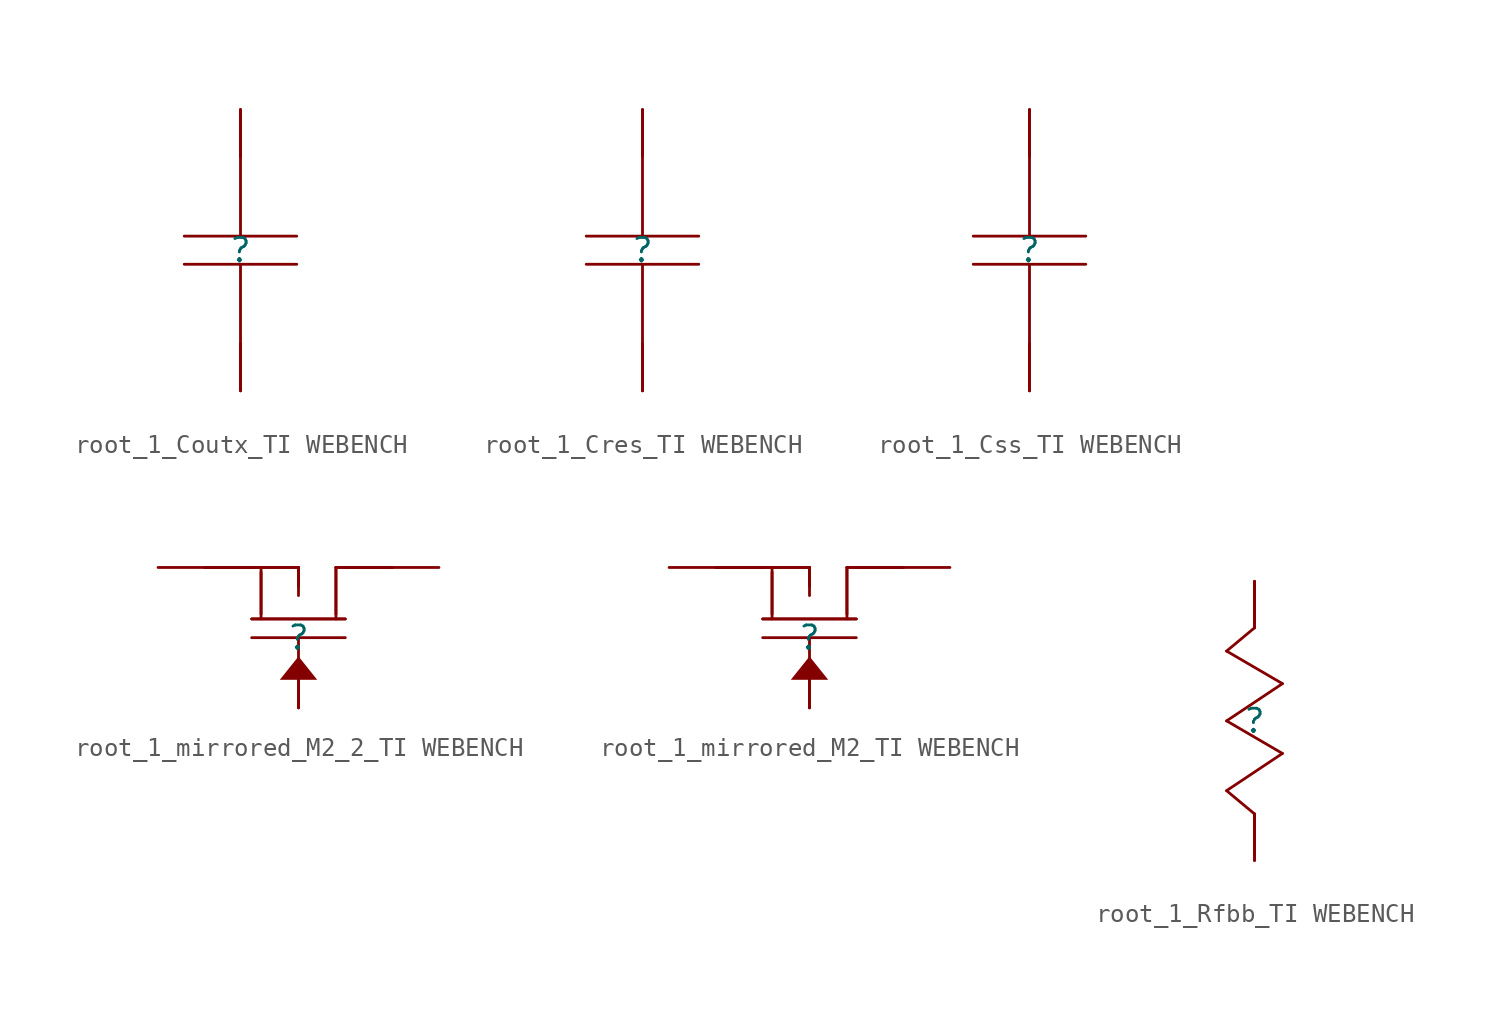
<source format=kicad_sym>
(kicad_symbol_lib
  (version 20241209)
  (generator "kicad_symbol_editor")
  (generator_version "9.0")
  (symbol "root_1_Coutx_TI WEBENCH"
    (pin_numbers
      (hide yes))
    (pin_names
      (hide yes))
    (property "Reference" ""
      (at 0 0 0)
      (effects (font (size 1.27 1.27))))
    (property "Value" ""
      (at 0 0 0)
      (effects (font (size 1.27 1.27))))
    (symbol "root_1_Coutx_TI WEBENCH_1_0"
      (polyline (pts (xy 0 7.62) (xy 0 5.08)) (stroke (width 0) (type solid)) (fill (type none)))
      (polyline (pts (xy 0 0.762) (xy 0 5.08)) (stroke (width 0) (type solid)) (fill (type none)))
      (polyline (pts (xy 0 -5.08) (xy 0 -0.762)) (stroke (width 0) (type solid)) (fill (type none)))
      (polyline (pts (xy 0 -7.62) (xy 0 -5.08)) (stroke (width 0) (type solid)) (fill (type none)))
      (polyline (pts (xy 3.048 0.762) (xy -3.048 0.762)) (stroke (width 0) (type solid)) (fill (type none)))
      (polyline (pts (xy 3.048 -0.762) (xy -3.048 -0.762)) (stroke (width 0) (type solid)) (fill (type none)))
      (pin passive line (at 0 7.62 270) (length 2.54) (name "1" (effects (font (size 1.27 1.27)))) (number "1" (effects (font (size 1.27 1.27)))))
      (pin passive line (at 0 -7.62 90) (length 2.54) (name "2" (effects (font (size 1.27 1.27)))) (number "2" (effects (font (size 1.27 1.27)))))))
  (symbol "root_1_Cres_TI WEBENCH"
    (pin_numbers
      (hide yes))
    (pin_names
      (hide yes))
    (property "Reference" ""
      (at 0 0 0)
      (effects (font (size 1.27 1.27))))
    (property "Value" ""
      (at 0 0 0)
      (effects (font (size 1.27 1.27))))
    (symbol "root_1_Cres_TI WEBENCH_1_0"
      (polyline (pts (xy 0 7.62) (xy 0 5.08)) (stroke (width 0) (type solid)) (fill (type none)))
      (polyline (pts (xy 0 0.762) (xy 0 5.08)) (stroke (width 0) (type solid)) (fill (type none)))
      (polyline (pts (xy 0 -5.08) (xy 0 -0.762)) (stroke (width 0) (type solid)) (fill (type none)))
      (polyline (pts (xy 0 -7.62) (xy 0 -5.08)) (stroke (width 0) (type solid)) (fill (type none)))
      (polyline (pts (xy 3.048 0.762) (xy -3.048 0.762)) (stroke (width 0) (type solid)) (fill (type none)))
      (polyline (pts (xy 3.048 -0.762) (xy -3.048 -0.762)) (stroke (width 0) (type solid)) (fill (type none)))
      (pin passive line (at 0 7.62 270) (length 2.54) (name "1" (effects (font (size 1.27 1.27)))) (number "1" (effects (font (size 1.27 1.27)))))
      (pin passive line (at 0 -7.62 90) (length 2.54) (name "2" (effects (font (size 1.27 1.27)))) (number "2" (effects (font (size 1.27 1.27)))))))
  (symbol "root_1_Css_TI WEBENCH"
    (pin_numbers
      (hide yes))
    (pin_names
      (hide yes))
    (property "Reference" ""
      (at 0 0 0)
      (effects (font (size 1.27 1.27))))
    (property "Value" ""
      (at 0 0 0)
      (effects (font (size 1.27 1.27))))
    (symbol "root_1_Css_TI WEBENCH_1_0"
      (polyline (pts (xy 0 7.62) (xy 0 5.08)) (stroke (width 0) (type solid)) (fill (type none)))
      (polyline (pts (xy 0 0.762) (xy 0 5.08)) (stroke (width 0) (type solid)) (fill (type none)))
      (polyline (pts (xy 0 -5.08) (xy 0 -0.762)) (stroke (width 0) (type solid)) (fill (type none)))
      (polyline (pts (xy 0 -7.62) (xy 0 -5.08)) (stroke (width 0) (type solid)) (fill (type none)))
      (polyline (pts (xy 3.048 0.762) (xy -3.048 0.762)) (stroke (width 0) (type solid)) (fill (type none)))
      (polyline (pts (xy 3.048 -0.762) (xy -3.048 -0.762)) (stroke (width 0) (type solid)) (fill (type none)))
      (pin passive line (at 0 7.62 270) (length 2.54) (name "1" (effects (font (size 1.27 1.27)))) (number "1" (effects (font (size 1.27 1.27)))))
      (pin passive line (at 0 -7.62 90) (length 2.54) (name "2" (effects (font (size 1.27 1.27)))) (number "2" (effects (font (size 1.27 1.27)))))))
  (symbol "root_1_mirrored_M2_2_TI WEBENCH"
    (pin_numbers
      (hide yes))
    (pin_names
      (hide yes))
    (property "Reference" ""
      (at 0 0 0)
      (effects (font (size 1.27 1.27))))
    (property "Value" ""
      (at 0 0 0)
      (effects (font (size 1.27 1.27))))
    (symbol "root_1_mirrored_M2_2_TI WEBENCH_1_0"
      (polyline (pts (xy -7.62 3.81) (xy -5.08 3.81)) (stroke (width 0) (type solid)) (fill (type none)))
      (polyline (pts (xy -2.54 3.81) (xy -5.08 3.81)) (stroke (width 0) (type solid)) (fill (type none)))
      (polyline (pts (xy -2.54 0) (xy 2.54 0)) (stroke (width 0) (type solid)) (fill (type none)))
      (polyline (pts (xy -2.032 1.27) (xy -2.032 3.556)) (stroke (width 0) (type solid)) (fill (type none)))
      (polyline (pts (xy -2.032 1.016) (xy -2.032 3.81)) (stroke (width 0) (type solid)) (fill (type none)))
      (polyline (pts (xy 0 3.81) (xy -2.54 3.81)) (stroke (width 0) (type solid)) (fill (type none)))
      (polyline (pts (xy 0 3.81) (xy -2.54 3.81)) (stroke (width 0) (type solid)) (fill (type none)))
      (polyline (pts (xy 0 2.794) (xy 0 3.81)) (stroke (width 0) (type solid)) (fill (type none)))
      (polyline (pts (xy 0 2.286) (xy 0 3.81)) (stroke (width 0) (type solid)) (fill (type none)))
      (polyline (pts (xy 0 -1.016) (xy 1.016 -2.286) (xy -1.016 -2.286) (xy 0 -1.016)) (stroke (width -0.0001) (type solid)) (fill (type outline)))
      (polyline (pts (xy 0 -1.27) (xy 0 0)) (stroke (width 0) (type solid)) (fill (type none)))
      (polyline (pts (xy 0 -3.81) (xy 0 -1.27)) (stroke (width 0) (type solid)) (fill (type none)))
      (polyline (pts (xy 2.032 3.81) (xy 2.032 1.27)) (stroke (width 0) (type solid)) (fill (type none)))
      (polyline (pts (xy 2.032 3.81) (xy 2.032 1.016)) (stroke (width 0) (type solid)) (fill (type none)))
      (polyline (pts (xy 2.54 3.81) (xy 2.032 3.81)) (stroke (width 0) (type solid)) (fill (type none)))
      (polyline (pts (xy 2.54 3.81) (xy 2.032 3.81)) (stroke (width 0) (type solid)) (fill (type none)))
      (polyline (pts (xy 2.54 1.016) (xy -2.54 1.016)) (stroke (width 0) (type solid)) (fill (type none)))
      (polyline (pts (xy 2.54 1.016) (xy -2.54 1.016)) (stroke (width 0) (type solid)) (fill (type none)))
      (polyline (pts (xy 5.08 3.81) (xy 2.54 3.81)) (stroke (width 0) (type solid)) (fill (type none)))
      (polyline (pts (xy 7.62 3.81) (xy 5.08 3.81)) (stroke (width 0) (type solid)) (fill (type none)))
      (pin passive line (at -2.54 3.81 180) (length 2.54) (name "Source" (effects (font (size 1.27 1.27)))) (number "1" (effects (font (size 1.27 1.27)))))
      (pin passive line (at -2.54 3.81 180) (length 2.54) (name "Source" (effects (font (size 1.27 1.27)))) (number "2" (effects (font (size 1.27 1.27)))))
      (pin passive line (at -2.54 3.81 180) (length 2.54) (name "Source" (effects (font (size 1.27 1.27)))) (number "3" (effects (font (size 1.27 1.27)))))
      (pin passive line (at 0 -3.81 90) (length 2.54) (name "Gate" (effects (font (size 1.27 1.27)))) (number "4" (effects (font (size 1.27 1.27)))))
      (pin passive line (at 2.54 3.81 0) (length 2.54) (name "Drain" (effects (font (size 1.27 1.27)))) (number "5" (effects (font (size 1.27 1.27)))))
      (pin passive line (at 2.54 3.81 0) (length 2.54) (name "Drain" (effects (font (size 1.27 1.27)))) (number "6" (effects (font (size 1.27 1.27)))))
      (pin passive line (at 2.54 3.81 0) (length 2.54) (name "Drain" (effects (font (size 1.27 1.27)))) (number "7" (effects (font (size 1.27 1.27)))))
      (pin passive line (at 2.54 3.81 0) (length 2.54) (name "Drain" (effects (font (size 1.27 1.27)))) (number "8" (effects (font (size 1.27 1.27)))))
      (pin passive line (at 2.54 3.81 0) (length 2.54) (name "Drain" (effects (font (size 1.27 1.27)))) (number "9" (effects (font (size 1.27 1.27)))))))
  (symbol "root_1_mirrored_M2_TI WEBENCH"
    (pin_numbers
      (hide yes))
    (pin_names
      (hide yes))
    (property "Reference" ""
      (at 0 0 0)
      (effects (font (size 1.27 1.27))))
    (property "Value" ""
      (at 0 0 0)
      (effects (font (size 1.27 1.27))))
    (symbol "root_1_mirrored_M2_TI WEBENCH_1_0"
      (polyline (pts (xy -7.62 3.81) (xy -5.08 3.81)) (stroke (width 0) (type solid)) (fill (type none)))
      (polyline (pts (xy -2.54 3.81) (xy -5.08 3.81)) (stroke (width 0) (type solid)) (fill (type none)))
      (polyline (pts (xy -2.54 0) (xy 2.54 0)) (stroke (width 0) (type solid)) (fill (type none)))
      (polyline (pts (xy -2.032 1.27) (xy -2.032 3.556)) (stroke (width 0) (type solid)) (fill (type none)))
      (polyline (pts (xy -2.032 1.016) (xy -2.032 3.81)) (stroke (width 0) (type solid)) (fill (type none)))
      (polyline (pts (xy 0 3.81) (xy -2.54 3.81)) (stroke (width 0) (type solid)) (fill (type none)))
      (polyline (pts (xy 0 3.81) (xy -2.54 3.81)) (stroke (width 0) (type solid)) (fill (type none)))
      (polyline (pts (xy 0 2.794) (xy 0 3.81)) (stroke (width 0) (type solid)) (fill (type none)))
      (polyline (pts (xy 0 2.286) (xy 0 3.81)) (stroke (width 0) (type solid)) (fill (type none)))
      (polyline (pts (xy 0 -1.016) (xy 1.016 -2.286) (xy -1.016 -2.286) (xy 0 -1.016)) (stroke (width -0.0001) (type solid)) (fill (type outline)))
      (polyline (pts (xy 0 -1.27) (xy 0 0)) (stroke (width 0) (type solid)) (fill (type none)))
      (polyline (pts (xy 0 -3.81) (xy 0 -1.27)) (stroke (width 0) (type solid)) (fill (type none)))
      (polyline (pts (xy 2.032 3.81) (xy 2.032 1.27)) (stroke (width 0) (type solid)) (fill (type none)))
      (polyline (pts (xy 2.032 3.81) (xy 2.032 1.016)) (stroke (width 0) (type solid)) (fill (type none)))
      (polyline (pts (xy 2.54 3.81) (xy 2.032 3.81)) (stroke (width 0) (type solid)) (fill (type none)))
      (polyline (pts (xy 2.54 3.81) (xy 2.032 3.81)) (stroke (width 0) (type solid)) (fill (type none)))
      (polyline (pts (xy 2.54 1.016) (xy -2.54 1.016)) (stroke (width 0) (type solid)) (fill (type none)))
      (polyline (pts (xy 2.54 1.016) (xy -2.54 1.016)) (stroke (width 0) (type solid)) (fill (type none)))
      (polyline (pts (xy 5.08 3.81) (xy 2.54 3.81)) (stroke (width 0) (type solid)) (fill (type none)))
      (polyline (pts (xy 7.62 3.81) (xy 5.08 3.81)) (stroke (width 0) (type solid)) (fill (type none)))
      (pin passive line (at -2.54 3.81 180) (length 2.54) (name "Source" (effects (font (size 1.27 1.27)))) (number "1" (effects (font (size 1.27 1.27)))))
      (pin passive line (at -2.54 3.81 180) (length 2.54) (name "Source" (effects (font (size 1.27 1.27)))) (number "2" (effects (font (size 1.27 1.27)))))
      (pin passive line (at -2.54 3.81 180) (length 2.54) (name "Source" (effects (font (size 1.27 1.27)))) (number "3" (effects (font (size 1.27 1.27)))))
      (pin passive line (at 0 -3.81 90) (length 2.54) (name "Gate" (effects (font (size 1.27 1.27)))) (number "4" (effects (font (size 1.27 1.27)))))
      (pin passive line (at 2.54 3.81 0) (length 2.54) (name "Drain" (effects (font (size 1.27 1.27)))) (number "5" (effects (font (size 1.27 1.27)))))
      (pin passive line (at 2.54 3.81 0) (length 2.54) (name "Drain" (effects (font (size 1.27 1.27)))) (number "6" (effects (font (size 1.27 1.27)))))
      (pin passive line (at 2.54 3.81 0) (length 2.54) (name "Drain" (effects (font (size 1.27 1.27)))) (number "7" (effects (font (size 1.27 1.27)))))
      (pin passive line (at 2.54 3.81 0) (length 2.54) (name "Drain" (effects (font (size 1.27 1.27)))) (number "8" (effects (font (size 1.27 1.27)))))
      (pin passive line (at 2.54 3.81 0) (length 2.54) (name "Drain" (effects (font (size 1.27 1.27)))) (number "9" (effects (font (size 1.27 1.27)))))))
  (symbol "root_1_Rfbb_TI WEBENCH"
    (pin_numbers
      (hide yes))
    (pin_names
      (hide yes))
    (property "Reference" ""
      (at 0 0 0)
      (effects (font (size 1.27 1.27))))
    (property "Value" ""
      (at 0 0 0)
      (effects (font (size 1.27 1.27))))
    (symbol "root_1_Rfbb_TI WEBENCH_1_0"
      (polyline (pts (xy -1.524 3.81) (xy 1.524 2.032)) (stroke (width 0) (type solid)) (fill (type none)))
      (polyline (pts (xy -1.524 0) (xy 1.524 -1.778)) (stroke (width 0) (type solid)) (fill (type none)))
      (polyline (pts (xy -1.524 -3.81) (xy 0 -5.08)) (stroke (width 0) (type solid)) (fill (type none)))
      (polyline (pts (xy 0 7.62) (xy 0 5.08)) (stroke (width 0) (type solid)) (fill (type none)))
      (polyline (pts (xy 0 5.08) (xy -1.524 3.81)) (stroke (width 0) (type solid)) (fill (type none)))
      (polyline (pts (xy 0 -5.08) (xy 0 -7.62)) (stroke (width 0) (type solid)) (fill (type none)))
      (polyline (pts (xy 1.524 2.032) (xy -1.524 0)) (stroke (width 0) (type solid)) (fill (type none)))
      (polyline (pts (xy 1.524 -1.778) (xy -1.524 -3.81)) (stroke (width 0) (type solid)) (fill (type none)))
      (pin passive line (at 0 7.62 270) (length 2.54) (name "1" (effects (font (size 1.27 1.27)))) (number "1" (effects (font (size 1.27 1.27)))))
      (pin passive line (at 0 -7.62 90) (length 2.54) (name "2" (effects (font (size 1.27 1.27)))) (number "2" (effects (font (size 1.27 1.27))))))))
</source>
